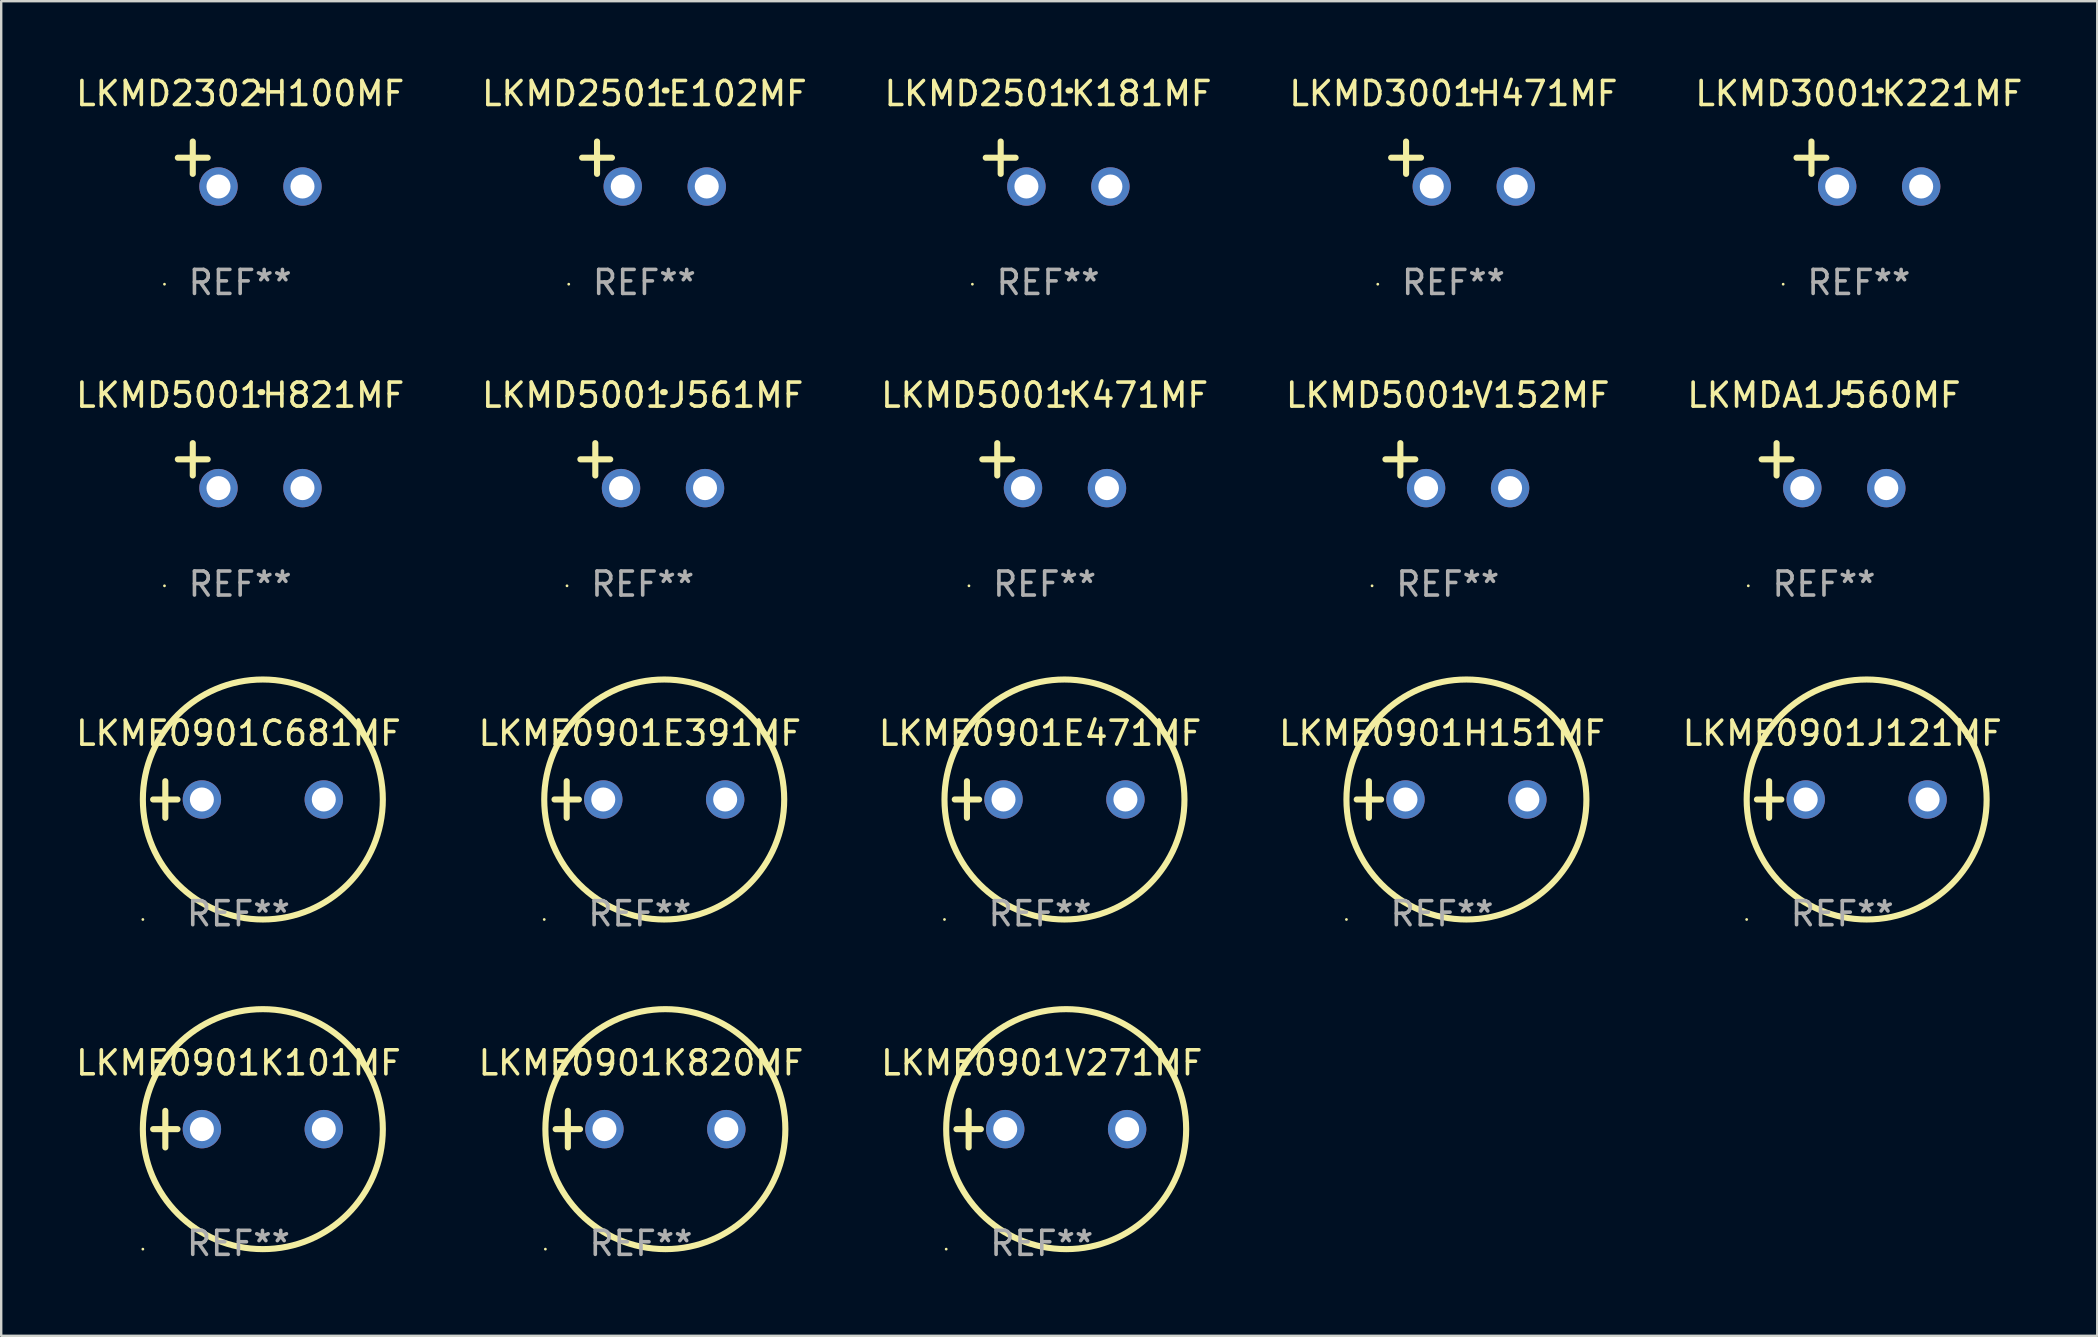
<source format=kicad_pcb>
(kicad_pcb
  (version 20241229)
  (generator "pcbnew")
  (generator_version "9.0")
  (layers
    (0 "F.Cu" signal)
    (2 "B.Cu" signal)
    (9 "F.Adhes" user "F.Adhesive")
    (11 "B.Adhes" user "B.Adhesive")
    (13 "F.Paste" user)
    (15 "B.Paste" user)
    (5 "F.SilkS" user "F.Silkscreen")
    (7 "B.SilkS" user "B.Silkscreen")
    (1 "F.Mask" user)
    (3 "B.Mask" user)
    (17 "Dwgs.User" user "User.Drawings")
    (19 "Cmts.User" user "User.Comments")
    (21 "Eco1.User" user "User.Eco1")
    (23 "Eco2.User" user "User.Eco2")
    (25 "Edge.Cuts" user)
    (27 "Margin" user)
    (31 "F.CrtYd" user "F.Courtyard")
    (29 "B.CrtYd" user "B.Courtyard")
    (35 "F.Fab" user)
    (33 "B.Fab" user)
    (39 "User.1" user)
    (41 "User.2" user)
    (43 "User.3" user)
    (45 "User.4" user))
  (footprint "LKMD5001V152MF"
    (layer "F.Cu")
    (at 57.28 16.354)
    (property "Reference" "LKMD5001V152MF" (at 0 -2.937 0) (layer "F.SilkS") (effects (font (size 1 1) (thickness 0.15))))
    (attr through_hole)
    (fp_line (start -1.975 0.41) (end -1.975 -0.937) (stroke (width 0.254) (type solid)) (layer "F.SilkS"))
    (fp_line (start -1.353 -0.263) (end -2.597 -0.263) (stroke (width 0.254) (type solid)) (layer "F.SilkS"))
    (fp_arc (start 0.849809 -3.063957) (mid 0.885369 -3.064114) (end 0.920929 -3.063957) (stroke (width 0.254001) (type solid)) (layer "F.SilkS"))
    (fp_circle (center -3.154 5.008) (end -3.124 5.008) (stroke (width 0.06) (type solid)) (fill no) (layer "F.SilkS"))
    (fp_text user "REF**" (at 0 4.937 0) (layer "F.Fab") (effects (font (size 1 1) (thickness 0.15))))
    (pad "1" thru_hole circle (at -0.903 0.937) (size 1.6 1.6) (drill 1) (layers "*.Cu" "*.Mask"))
    (pad "2" thru_hole circle (at 2.597 0.937) (size 1.6 1.6) (drill 1) (layers "*.Cu" "*.Mask")))
  (footprint "LKMD2501K181MF"
    (layer "F.Cu")
    (at 40.625 3.785)
    (property "Reference" "LKMD2501K181MF" (at 0 -2.937 0) (layer "F.SilkS") (effects (font (size 1 1) (thickness 0.15))))
    (attr through_hole)
    (fp_line (start -1.975 0.41) (end -1.975 -0.937) (stroke (width 0.254) (type solid)) (layer "F.SilkS"))
    (fp_line (start -1.353 -0.263) (end -2.597 -0.263) (stroke (width 0.254) (type solid)) (layer "F.SilkS"))
    (fp_arc (start 0.849809 -3.063957) (mid 0.885369 -3.064114) (end 0.920929 -3.063957) (stroke (width 0.254001) (type solid)) (layer "F.SilkS"))
    (fp_circle (center -3.154 5.008) (end -3.124 5.008) (stroke (width 0.06) (type solid)) (fill no) (layer "F.SilkS"))
    (fp_text user "REF**" (at 0 4.937 0) (layer "F.Fab") (effects (font (size 1 1) (thickness 0.15))))
    (pad "1" thru_hole circle (at -0.903 0.937) (size 1.6 1.6) (drill 1) (layers "*.Cu" "*.Mask"))
    (pad "2" thru_hole circle (at 2.597 0.937) (size 1.6 1.6) (drill 1) (layers "*.Cu" "*.Mask")))
  (footprint "LKME0901C681MF"
    (layer "F.Cu")
    (at 6.887 30.266)
    (property "Reference" "LKME0901C681MF" (at 0 -2.762 0) (layer "F.SilkS") (effects (font (size 1 1) (thickness 0.15))))
    (attr through_hole)
    (fp_line (start -3.556 0) (end -2.54 0) (stroke (width 0.254) (type solid)) (layer "F.SilkS"))
    (fp_line (start -3.048 -0.762) (end -3.048 0.762) (stroke (width 0.254) (type solid)) (layer "F.SilkS"))
    (fp_circle (center -3.984 5) (end -3.954 5) (stroke (width 0.06) (type solid)) (fill no) (layer "F.SilkS"))
    (fp_circle (center 1.016 0) (end 6.016 0) (stroke (width 0.254) (type solid)) (fill no) (layer "F.SilkS"))
    (fp_text user "REF**" (at 0 4.762 0) (layer "F.Fab") (effects (font (size 1 1) (thickness 0.15))))
    (pad "1" thru_hole circle (at -1.524 0) (size 1.6 1.6) (drill 1) (layers "*.Cu" "*.Mask"))
    (pad "2" thru_hole circle (at 3.556 0) (size 1.6 1.6) (drill 1) (layers "*.Cu" "*.Mask")))
  (footprint "LKMD5001J561MF"
    (layer "F.Cu")
    (at 23.732 16.354)
    (property "Reference" "LKMD5001J561MF" (at 0 -2.937 0) (layer "F.SilkS") (effects (font (size 1 1) (thickness 0.15))))
    (attr through_hole)
    (fp_line (start -1.975 0.41) (end -1.975 -0.937) (stroke (width 0.254) (type solid)) (layer "F.SilkS"))
    (fp_line (start -1.353 -0.263) (end -2.597 -0.263) (stroke (width 0.254) (type solid)) (layer "F.SilkS"))
    (fp_arc (start 0.849809 -3.063957) (mid 0.885369 -3.064114) (end 0.920929 -3.063957) (stroke (width 0.254001) (type solid)) (layer "F.SilkS"))
    (fp_circle (center -3.154 5.008) (end -3.124 5.008) (stroke (width 0.06) (type solid)) (fill no) (layer "F.SilkS"))
    (fp_text user "REF**" (at 0 4.937 0) (layer "F.Fab") (effects (font (size 1 1) (thickness 0.15))))
    (pad "1" thru_hole circle (at -0.903 0.937) (size 1.6 1.6) (drill 1) (layers "*.Cu" "*.Mask"))
    (pad "2" thru_hole circle (at 2.597 0.937) (size 1.6 1.6) (drill 1) (layers "*.Cu" "*.Mask")))
  (footprint "LKME0901E471MF"
    (layer "F.Cu")
    (at 40.292 30.266)
    (property "Reference" "LKME0901E471MF" (at 0 -2.762 0) (layer "F.SilkS") (effects (font (size 1 1) (thickness 0.15))))
    (attr through_hole)
    (fp_line (start -3.556 0) (end -2.54 0) (stroke (width 0.254) (type solid)) (layer "F.SilkS"))
    (fp_line (start -3.048 -0.762) (end -3.048 0.762) (stroke (width 0.254) (type solid)) (layer "F.SilkS"))
    (fp_circle (center -3.984 5) (end -3.954 5) (stroke (width 0.06) (type solid)) (fill no) (layer "F.SilkS"))
    (fp_circle (center 1.016 0) (end 6.016 0) (stroke (width 0.254) (type solid)) (fill no) (layer "F.SilkS"))
    (fp_text user "REF**" (at 0 4.762 0) (layer "F.Fab") (effects (font (size 1 1) (thickness 0.15))))
    (pad "1" thru_hole circle (at -1.524 0) (size 1.6 1.6) (drill 1) (layers "*.Cu" "*.Mask"))
    (pad "2" thru_hole circle (at 3.556 0) (size 1.6 1.6) (drill 1) (layers "*.Cu" "*.Mask")))
  (footprint "LKMD3001H471MF"
    (layer "F.Cu")
    (at 57.518 3.785)
    (property "Reference" "LKMD3001H471MF" (at 0 -2.937 0) (layer "F.SilkS") (effects (font (size 1 1) (thickness 0.15))))
    (attr through_hole)
    (fp_line (start -1.975 0.41) (end -1.975 -0.937) (stroke (width 0.254) (type solid)) (layer "F.SilkS"))
    (fp_line (start -1.353 -0.263) (end -2.597 -0.263) (stroke (width 0.254) (type solid)) (layer "F.SilkS"))
    (fp_arc (start 0.849809 -3.063957) (mid 0.885369 -3.064114) (end 0.920929 -3.063957) (stroke (width 0.254001) (type solid)) (layer "F.SilkS"))
    (fp_circle (center -3.154 5.008) (end -3.124 5.008) (stroke (width 0.06) (type solid)) (fill no) (layer "F.SilkS"))
    (fp_text user "REF**" (at 0 4.937 0) (layer "F.Fab") (effects (font (size 1 1) (thickness 0.15))))
    (pad "1" thru_hole circle (at -0.903 0.937) (size 1.6 1.6) (drill 1) (layers "*.Cu" "*.Mask"))
    (pad "2" thru_hole circle (at 2.597 0.937) (size 1.6 1.6) (drill 1) (layers "*.Cu" "*.Mask")))
  (footprint "LKME0901E391MF"
    (layer "F.Cu")
    (at 23.613 30.266)
    (property "Reference" "LKME0901E391MF" (at 0 -2.762 0) (layer "F.SilkS") (effects (font (size 1 1) (thickness 0.15))))
    (attr through_hole)
    (fp_line (start -3.556 0) (end -2.54 0) (stroke (width 0.254) (type solid)) (layer "F.SilkS"))
    (fp_line (start -3.048 -0.762) (end -3.048 0.762) (stroke (width 0.254) (type solid)) (layer "F.SilkS"))
    (fp_circle (center -3.984 5) (end -3.954 5) (stroke (width 0.06) (type solid)) (fill no) (layer "F.SilkS"))
    (fp_circle (center 1.016 0) (end 6.016 0) (stroke (width 0.254) (type solid)) (fill no) (layer "F.SilkS"))
    (fp_text user "REF**" (at 0 4.762 0) (layer "F.Fab") (effects (font (size 1 1) (thickness 0.15))))
    (pad "1" thru_hole circle (at -1.524 0) (size 1.6 1.6) (drill 1) (layers "*.Cu" "*.Mask"))
    (pad "2" thru_hole circle (at 3.556 0) (size 1.6 1.6) (drill 1) (layers "*.Cu" "*.Mask")))
  (footprint "LKME0901K820MF"
    (layer "F.Cu")
    (at 23.661 44.003)
    (property "Reference" "LKME0901K820MF" (at 0 -2.762 0) (layer "F.SilkS") (effects (font (size 1 1) (thickness 0.15))))
    (attr through_hole)
    (fp_line (start -3.556 0) (end -2.54 0) (stroke (width 0.254) (type solid)) (layer "F.SilkS"))
    (fp_line (start -3.048 -0.762) (end -3.048 0.762) (stroke (width 0.254) (type solid)) (layer "F.SilkS"))
    (fp_circle (center -3.984 5) (end -3.954 5) (stroke (width 0.06) (type solid)) (fill no) (layer "F.SilkS"))
    (fp_circle (center 1.016 0) (end 6.016 0) (stroke (width 0.254) (type solid)) (fill no) (layer "F.SilkS"))
    (fp_text user "REF**" (at 0 4.762 0) (layer "F.Fab") (effects (font (size 1 1) (thickness 0.15))))
    (pad "1" thru_hole circle (at -1.524 0) (size 1.6 1.6) (drill 1) (layers "*.Cu" "*.Mask"))
    (pad "2" thru_hole circle (at 3.556 0) (size 1.6 1.6) (drill 1) (layers "*.Cu" "*.Mask")))
  (footprint "LKMDA1J560MF"
    (layer "F.Cu")
    (at 72.958 16.354)
    (property "Reference" "LKMDA1J560MF" (at 0 -2.937 0) (layer "F.SilkS") (effects (font (size 1 1) (thickness 0.15))))
    (attr through_hole)
    (fp_line (start -1.975 0.41) (end -1.975 -0.937) (stroke (width 0.254) (type solid)) (layer "F.SilkS"))
    (fp_line (start -1.353 -0.263) (end -2.597 -0.263) (stroke (width 0.254) (type solid)) (layer "F.SilkS"))
    (fp_arc (start 0.849809 -3.063957) (mid 0.885369 -3.064114) (end 0.920929 -3.063957) (stroke (width 0.254001) (type solid)) (layer "F.SilkS"))
    (fp_circle (center -3.154 5.008) (end -3.124 5.008) (stroke (width 0.06) (type solid)) (fill no) (layer "F.SilkS"))
    (fp_text user "REF**" (at 0 4.937 0) (layer "F.Fab") (effects (font (size 1 1) (thickness 0.15))))
    (pad "1" thru_hole circle (at -0.903 0.937) (size 1.6 1.6) (drill 1) (layers "*.Cu" "*.Mask"))
    (pad "2" thru_hole circle (at 2.597 0.937) (size 1.6 1.6) (drill 1) (layers "*.Cu" "*.Mask")))
  (footprint "LKME0901K101MF"
    (layer "F.Cu")
    (at 6.887 44.003)
    (property "Reference" "LKME0901K101MF" (at 0 -2.762 0) (layer "F.SilkS") (effects (font (size 1 1) (thickness 0.15))))
    (attr through_hole)
    (fp_line (start -3.556 0) (end -2.54 0) (stroke (width 0.254) (type solid)) (layer "F.SilkS"))
    (fp_line (start -3.048 -0.762) (end -3.048 0.762) (stroke (width 0.254) (type solid)) (layer "F.SilkS"))
    (fp_circle (center -3.984 5) (end -3.954 5) (stroke (width 0.06) (type solid)) (fill no) (layer "F.SilkS"))
    (fp_circle (center 1.016 0) (end 6.016 0) (stroke (width 0.254) (type solid)) (fill no) (layer "F.SilkS"))
    (fp_text user "REF**" (at 0 4.762 0) (layer "F.Fab") (effects (font (size 1 1) (thickness 0.15))))
    (pad "1" thru_hole circle (at -1.524 0) (size 1.6 1.6) (drill 1) (layers "*.Cu" "*.Mask"))
    (pad "2" thru_hole circle (at 3.556 0) (size 1.6 1.6) (drill 1) (layers "*.Cu" "*.Mask")))
  (footprint "LKME0901V271MF"
    (layer "F.Cu")
    (at 40.363 44.003)
    (property "Reference" "LKME0901V271MF" (at 0 -2.762 0) (layer "F.SilkS") (effects (font (size 1 1) (thickness 0.15))))
    (attr through_hole)
    (fp_line (start -3.556 0) (end -2.54 0) (stroke (width 0.254) (type solid)) (layer "F.SilkS"))
    (fp_line (start -3.048 -0.762) (end -3.048 0.762) (stroke (width 0.254) (type solid)) (layer "F.SilkS"))
    (fp_circle (center -3.984 5) (end -3.954 5) (stroke (width 0.06) (type solid)) (fill no) (layer "F.SilkS"))
    (fp_circle (center 1.016 0) (end 6.016 0) (stroke (width 0.254) (type solid)) (fill no) (layer "F.SilkS"))
    (fp_text user "REF**" (at 0 4.762 0) (layer "F.Fab") (effects (font (size 1 1) (thickness 0.15))))
    (pad "1" thru_hole circle (at -1.524 0) (size 1.6 1.6) (drill 1) (layers "*.Cu" "*.Mask"))
    (pad "2" thru_hole circle (at 3.556 0) (size 1.6 1.6) (drill 1) (layers "*.Cu" "*.Mask")))
  (footprint "LKMD2302H100MF"
    (layer "F.Cu")
    (at 6.958 3.785)
    (property "Reference" "LKMD2302H100MF" (at 0 -2.937 0) (layer "F.SilkS") (effects (font (size 1 1) (thickness 0.15))))
    (attr through_hole)
    (fp_line (start -1.975 0.41) (end -1.975 -0.937) (stroke (width 0.254) (type solid)) (layer "F.SilkS"))
    (fp_line (start -1.353 -0.263) (end -2.597 -0.263) (stroke (width 0.254) (type solid)) (layer "F.SilkS"))
    (fp_arc (start 0.849809 -3.063957) (mid 0.885369 -3.064114) (end 0.920929 -3.063957) (stroke (width 0.254001) (type solid)) (layer "F.SilkS"))
    (fp_circle (center -3.154 5.008) (end -3.124 5.008) (stroke (width 0.06) (type solid)) (fill no) (layer "F.SilkS"))
    (fp_text user "REF**" (at 0 4.937 0) (layer "F.Fab") (effects (font (size 1 1) (thickness 0.15))))
    (pad "1" thru_hole circle (at -0.903 0.937) (size 1.6 1.6) (drill 1) (layers "*.Cu" "*.Mask"))
    (pad "2" thru_hole circle (at 2.597 0.937) (size 1.6 1.6) (drill 1) (layers "*.Cu" "*.Mask")))
  (footprint "LKMD2501E102MF"
    (layer "F.Cu")
    (at 23.804 3.785)
    (property "Reference" "LKMD2501E102MF" (at 0 -2.937 0) (layer "F.SilkS") (effects (font (size 1 1) (thickness 0.15))))
    (attr through_hole)
    (fp_line (start -1.975 0.41) (end -1.975 -0.937) (stroke (width 0.254) (type solid)) (layer "F.SilkS"))
    (fp_line (start -1.353 -0.263) (end -2.597 -0.263) (stroke (width 0.254) (type solid)) (layer "F.SilkS"))
    (fp_arc (start 0.849809 -3.063957) (mid 0.885369 -3.064114) (end 0.920929 -3.063957) (stroke (width 0.254001) (type solid)) (layer "F.SilkS"))
    (fp_circle (center -3.154 5.008) (end -3.124 5.008) (stroke (width 0.06) (type solid)) (fill no) (layer "F.SilkS"))
    (fp_text user "REF**" (at 0 4.937 0) (layer "F.Fab") (effects (font (size 1 1) (thickness 0.15))))
    (pad "1" thru_hole circle (at -0.903 0.937) (size 1.6 1.6) (drill 1) (layers "*.Cu" "*.Mask"))
    (pad "2" thru_hole circle (at 2.597 0.937) (size 1.6 1.6) (drill 1) (layers "*.Cu" "*.Mask")))
  (footprint "LKME0901H151MF"
    (layer "F.Cu")
    (at 57.042 30.266)
    (property "Reference" "LKME0901H151MF" (at 0 -2.762 0) (layer "F.SilkS") (effects (font (size 1 1) (thickness 0.15))))
    (attr through_hole)
    (fp_line (start -3.556 0) (end -2.54 0) (stroke (width 0.254) (type solid)) (layer "F.SilkS"))
    (fp_line (start -3.048 -0.762) (end -3.048 0.762) (stroke (width 0.254) (type solid)) (layer "F.SilkS"))
    (fp_circle (center -3.984 5) (end -3.954 5) (stroke (width 0.06) (type solid)) (fill no) (layer "F.SilkS"))
    (fp_circle (center 1.016 0) (end 6.016 0) (stroke (width 0.254) (type solid)) (fill no) (layer "F.SilkS"))
    (fp_text user "REF**" (at 0 4.762 0) (layer "F.Fab") (effects (font (size 1 1) (thickness 0.15))))
    (pad "1" thru_hole circle (at -1.524 0) (size 1.6 1.6) (drill 1) (layers "*.Cu" "*.Mask"))
    (pad "2" thru_hole circle (at 3.556 0) (size 1.6 1.6) (drill 1) (layers "*.Cu" "*.Mask")))
  (footprint "LKME0901J121MF"
    (layer "F.Cu")
    (at 73.72 30.266)
    (property "Reference" "LKME0901J121MF" (at 0 -2.762 0) (layer "F.SilkS") (effects (font (size 1 1) (thickness 0.15))))
    (attr through_hole)
    (fp_line (start -3.556 0) (end -2.54 0) (stroke (width 0.254) (type solid)) (layer "F.SilkS"))
    (fp_line (start -3.048 -0.762) (end -3.048 0.762) (stroke (width 0.254) (type solid)) (layer "F.SilkS"))
    (fp_circle (center -3.984 5) (end -3.954 5) (stroke (width 0.06) (type solid)) (fill no) (layer "F.SilkS"))
    (fp_circle (center 1.016 0) (end 6.016 0) (stroke (width 0.254) (type solid)) (fill no) (layer "F.SilkS"))
    (fp_text user "REF**" (at 0 4.762 0) (layer "F.Fab") (effects (font (size 1 1) (thickness 0.15))))
    (pad "1" thru_hole circle (at -1.524 0) (size 1.6 1.6) (drill 1) (layers "*.Cu" "*.Mask"))
    (pad "2" thru_hole circle (at 3.556 0) (size 1.6 1.6) (drill 1) (layers "*.Cu" "*.Mask")))
  (footprint "LKMD3001K221MF"
    (layer "F.Cu")
    (at 74.411 3.785)
    (property "Reference" "LKMD3001K221MF" (at 0 -2.937 0) (layer "F.SilkS") (effects (font (size 1 1) (thickness 0.15))))
    (attr through_hole)
    (fp_line (start -1.975 0.41) (end -1.975 -0.937) (stroke (width 0.254) (type solid)) (layer "F.SilkS"))
    (fp_line (start -1.353 -0.263) (end -2.597 -0.263) (stroke (width 0.254) (type solid)) (layer "F.SilkS"))
    (fp_arc (start 0.849809 -3.063957) (mid 0.885369 -3.064114) (end 0.920929 -3.063957) (stroke (width 0.254001) (type solid)) (layer "F.SilkS"))
    (fp_circle (center -3.154 5.008) (end -3.124 5.008) (stroke (width 0.06) (type solid)) (fill no) (layer "F.SilkS"))
    (fp_text user "REF**" (at 0 4.937 0) (layer "F.Fab") (effects (font (size 1 1) (thickness 0.15))))
    (pad "1" thru_hole circle (at -0.903 0.937) (size 1.6 1.6) (drill 1) (layers "*.Cu" "*.Mask"))
    (pad "2" thru_hole circle (at 2.597 0.937) (size 1.6 1.6) (drill 1) (layers "*.Cu" "*.Mask")))
  (footprint "LKMD5001K471MF"
    (layer "F.Cu")
    (at 40.482 16.354)
    (property "Reference" "LKMD5001K471MF" (at 0 -2.937 0) (layer "F.SilkS") (effects (font (size 1 1) (thickness 0.15))))
    (attr through_hole)
    (fp_line (start -1.975 0.41) (end -1.975 -0.937) (stroke (width 0.254) (type solid)) (layer "F.SilkS"))
    (fp_line (start -1.353 -0.263) (end -2.597 -0.263) (stroke (width 0.254) (type solid)) (layer "F.SilkS"))
    (fp_arc (start 0.849809 -3.063957) (mid 0.885369 -3.064114) (end 0.920929 -3.063957) (stroke (width 0.254001) (type solid)) (layer "F.SilkS"))
    (fp_circle (center -3.154 5.008) (end -3.124 5.008) (stroke (width 0.06) (type solid)) (fill no) (layer "F.SilkS"))
    (fp_text user "REF**" (at 0 4.937 0) (layer "F.Fab") (effects (font (size 1 1) (thickness 0.15))))
    (pad "1" thru_hole circle (at -0.903 0.937) (size 1.6 1.6) (drill 1) (layers "*.Cu" "*.Mask"))
    (pad "2" thru_hole circle (at 2.597 0.937) (size 1.6 1.6) (drill 1) (layers "*.Cu" "*.Mask")))
  (footprint "LKMD5001H821MF"
    (layer "F.Cu")
    (at 6.958 16.354)
    (property "Reference" "LKMD5001H821MF" (at 0 -2.937 0) (layer "F.SilkS") (effects (font (size 1 1) (thickness 0.15))))
    (attr through_hole)
    (fp_line (start -1.975 0.41) (end -1.975 -0.937) (stroke (width 0.254) (type solid)) (layer "F.SilkS"))
    (fp_line (start -1.353 -0.263) (end -2.597 -0.263) (stroke (width 0.254) (type solid)) (layer "F.SilkS"))
    (fp_arc (start 0.849809 -3.063957) (mid 0.885369 -3.064114) (end 0.920929 -3.063957) (stroke (width 0.254001) (type solid)) (layer "F.SilkS"))
    (fp_circle (center -3.154 5.008) (end -3.124 5.008) (stroke (width 0.06) (type solid)) (fill no) (layer "F.SilkS"))
    (fp_text user "REF**" (at 0 4.937 0) (layer "F.Fab") (effects (font (size 1 1) (thickness 0.15))))
    (pad "1" thru_hole circle (at -0.903 0.937) (size 1.6 1.6) (drill 1) (layers "*.Cu" "*.Mask"))
    (pad "2" thru_hole circle (at 2.597 0.937) (size 1.6 1.6) (drill 1) (layers "*.Cu" "*.Mask")))
  (gr_rect
    (start -3 -3)
    (end 84.345 52.614)
    (stroke (width 0.1) (type default))
    (fill no)
    (layer "Edge.Cuts")))
</source>
